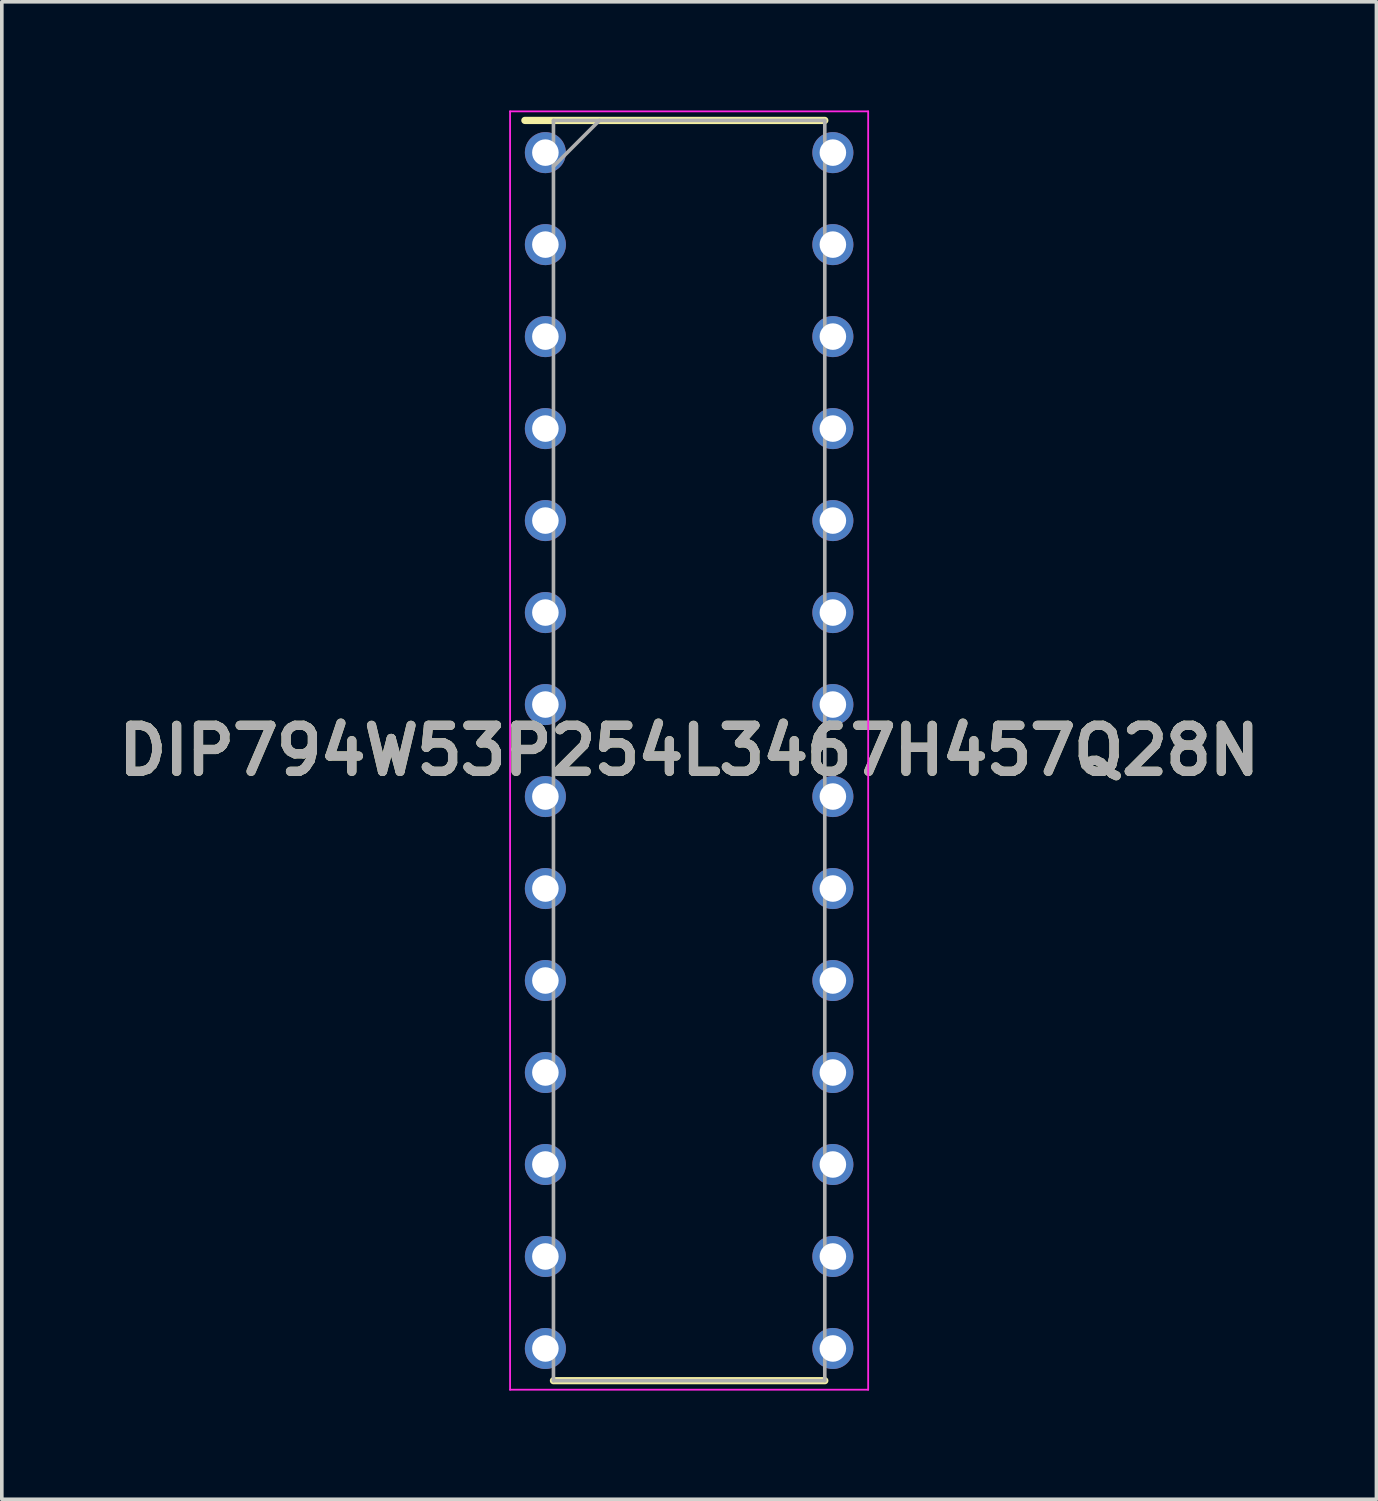
<source format=kicad_pcb>
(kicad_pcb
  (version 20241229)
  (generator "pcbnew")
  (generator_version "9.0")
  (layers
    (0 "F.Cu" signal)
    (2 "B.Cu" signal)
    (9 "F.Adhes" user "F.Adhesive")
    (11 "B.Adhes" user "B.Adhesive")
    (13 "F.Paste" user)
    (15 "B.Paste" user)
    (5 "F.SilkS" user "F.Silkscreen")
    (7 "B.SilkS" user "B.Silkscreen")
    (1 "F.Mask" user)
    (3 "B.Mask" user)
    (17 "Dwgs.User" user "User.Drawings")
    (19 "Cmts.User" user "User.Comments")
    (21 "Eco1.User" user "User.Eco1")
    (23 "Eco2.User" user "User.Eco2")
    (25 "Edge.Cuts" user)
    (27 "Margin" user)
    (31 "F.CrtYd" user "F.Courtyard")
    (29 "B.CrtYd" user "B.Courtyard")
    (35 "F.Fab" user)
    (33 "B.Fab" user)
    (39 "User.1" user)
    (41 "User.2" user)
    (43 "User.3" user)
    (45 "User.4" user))
  (footprint "DIP794W53P254L3467H457Q28N"
    (layer "F.Cu")
    (at 15.978 17.674)
    (property "Reference" "DIP794W53P254L3467H457Q28N" (at 0 0 0) (layer "F.SilkS") (effects (font (size 1.27 1.27) (thickness 0.254))))
    (attr through_hole)
    (fp_line (start -4.535 -17.399) (end 3.746 -17.399) (stroke (width 0.2) (type solid)) (layer "F.SilkS"))
    (fp_line (start -3.746 17.399) (end 3.746 17.399) (stroke (width 0.2) (type solid)) (layer "F.SilkS"))
    (fp_line (start -4.944 -17.649) (end 4.944 -17.649) (stroke (width 0.05) (type solid)) (layer "F.CrtYd"))
    (fp_line (start -4.944 17.649) (end -4.944 -17.649) (stroke (width 0.05) (type solid)) (layer "F.CrtYd"))
    (fp_line (start 4.944 -17.649) (end 4.944 17.649) (stroke (width 0.05) (type solid)) (layer "F.CrtYd"))
    (fp_line (start 4.944 17.649) (end -4.944 17.649) (stroke (width 0.05) (type solid)) (layer "F.CrtYd"))
    (fp_line (start -3.746 -17.399) (end 3.746 -17.399) (stroke (width 0.1) (type solid)) (layer "F.Fab"))
    (fp_line (start -3.746 -16.129) (end -2.476 -17.399) (stroke (width 0.1) (type solid)) (layer "F.Fab"))
    (fp_line (start -3.746 17.399) (end -3.746 -17.399) (stroke (width 0.1) (type solid)) (layer "F.Fab"))
    (fp_line (start 3.746 -17.399) (end 3.746 17.399) (stroke (width 0.1) (type solid)) (layer "F.Fab"))
    (fp_line (start 3.746 17.399) (end -3.746 17.399) (stroke (width 0.1) (type solid)) (layer "F.Fab"))
    (fp_text user "${REFERENCE}" (at 0 0 0) (layer "F.Fab") (effects (font (size 1.27 1.27) (thickness 0.254))))
    (pad "1" thru_hole circle (at -3.969 -16.51) (size 1.133 1.133) (drill 0.733) (layers "*.Cu" "*.Mask"))
    (pad "2" thru_hole circle (at -3.969 -13.97) (size 1.133 1.133) (drill 0.733) (layers "*.Cu" "*.Mask"))
    (pad "3" thru_hole circle (at -3.969 -11.43) (size 1.133 1.133) (drill 0.733) (layers "*.Cu" "*.Mask"))
    (pad "4" thru_hole circle (at -3.969 -8.89) (size 1.133 1.133) (drill 0.733) (layers "*.Cu" "*.Mask"))
    (pad "5" thru_hole circle (at -3.969 -6.35) (size 1.133 1.133) (drill 0.733) (layers "*.Cu" "*.Mask"))
    (pad "6" thru_hole circle (at -3.969 -3.81) (size 1.133 1.133) (drill 0.733) (layers "*.Cu" "*.Mask"))
    (pad "7" thru_hole circle (at -3.969 -1.27) (size 1.133 1.133) (drill 0.733) (layers "*.Cu" "*.Mask"))
    (pad "8" thru_hole circle (at -3.969 1.27) (size 1.133 1.133) (drill 0.733) (layers "*.Cu" "*.Mask"))
    (pad "9" thru_hole circle (at -3.969 3.81) (size 1.133 1.133) (drill 0.733) (layers "*.Cu" "*.Mask"))
    (pad "10" thru_hole circle (at -3.969 6.35) (size 1.133 1.133) (drill 0.733) (layers "*.Cu" "*.Mask"))
    (pad "11" thru_hole circle (at -3.969 8.89) (size 1.133 1.133) (drill 0.733) (layers "*.Cu" "*.Mask"))
    (pad "12" thru_hole circle (at -3.969 11.43) (size 1.133 1.133) (drill 0.733) (layers "*.Cu" "*.Mask"))
    (pad "13" thru_hole circle (at -3.969 13.97) (size 1.133 1.133) (drill 0.733) (layers "*.Cu" "*.Mask"))
    (pad "14" thru_hole circle (at -3.969 16.51) (size 1.133 1.133) (drill 0.733) (layers "*.Cu" "*.Mask"))
    (pad "15" thru_hole circle (at 3.969 16.51) (size 1.133 1.133) (drill 0.733) (layers "*.Cu" "*.Mask"))
    (pad "16" thru_hole circle (at 3.969 13.97) (size 1.133 1.133) (drill 0.733) (layers "*.Cu" "*.Mask"))
    (pad "17" thru_hole circle (at 3.969 11.43) (size 1.133 1.133) (drill 0.733) (layers "*.Cu" "*.Mask"))
    (pad "18" thru_hole circle (at 3.969 8.89) (size 1.133 1.133) (drill 0.733) (layers "*.Cu" "*.Mask"))
    (pad "19" thru_hole circle (at 3.969 6.35) (size 1.133 1.133) (drill 0.733) (layers "*.Cu" "*.Mask"))
    (pad "20" thru_hole circle (at 3.969 3.81) (size 1.133 1.133) (drill 0.733) (layers "*.Cu" "*.Mask"))
    (pad "21" thru_hole circle (at 3.969 1.27) (size 1.133 1.133) (drill 0.733) (layers "*.Cu" "*.Mask"))
    (pad "22" thru_hole circle (at 3.969 -1.27) (size 1.133 1.133) (drill 0.733) (layers "*.Cu" "*.Mask"))
    (pad "23" thru_hole circle (at 3.969 -3.81) (size 1.133 1.133) (drill 0.733) (layers "*.Cu" "*.Mask"))
    (pad "24" thru_hole circle (at 3.969 -6.35) (size 1.133 1.133) (drill 0.733) (layers "*.Cu" "*.Mask"))
    (pad "25" thru_hole circle (at 3.969 -8.89) (size 1.133 1.133) (drill 0.733) (layers "*.Cu" "*.Mask"))
    (pad "26" thru_hole circle (at 3.969 -11.43) (size 1.133 1.133) (drill 0.733) (layers "*.Cu" "*.Mask"))
    (pad "27" thru_hole circle (at 3.969 -13.97) (size 1.133 1.133) (drill 0.733) (layers "*.Cu" "*.Mask"))
    (pad "28" thru_hole circle (at 3.969 -16.51) (size 1.133 1.133) (drill 0.733) (layers "*.Cu" "*.Mask")))
  (gr_rect
    (start -3 -3)
    (end 34.956 38.348)
    (stroke (width 0.1) (type default))
    (fill no)
    (layer "Edge.Cuts")))
</source>
